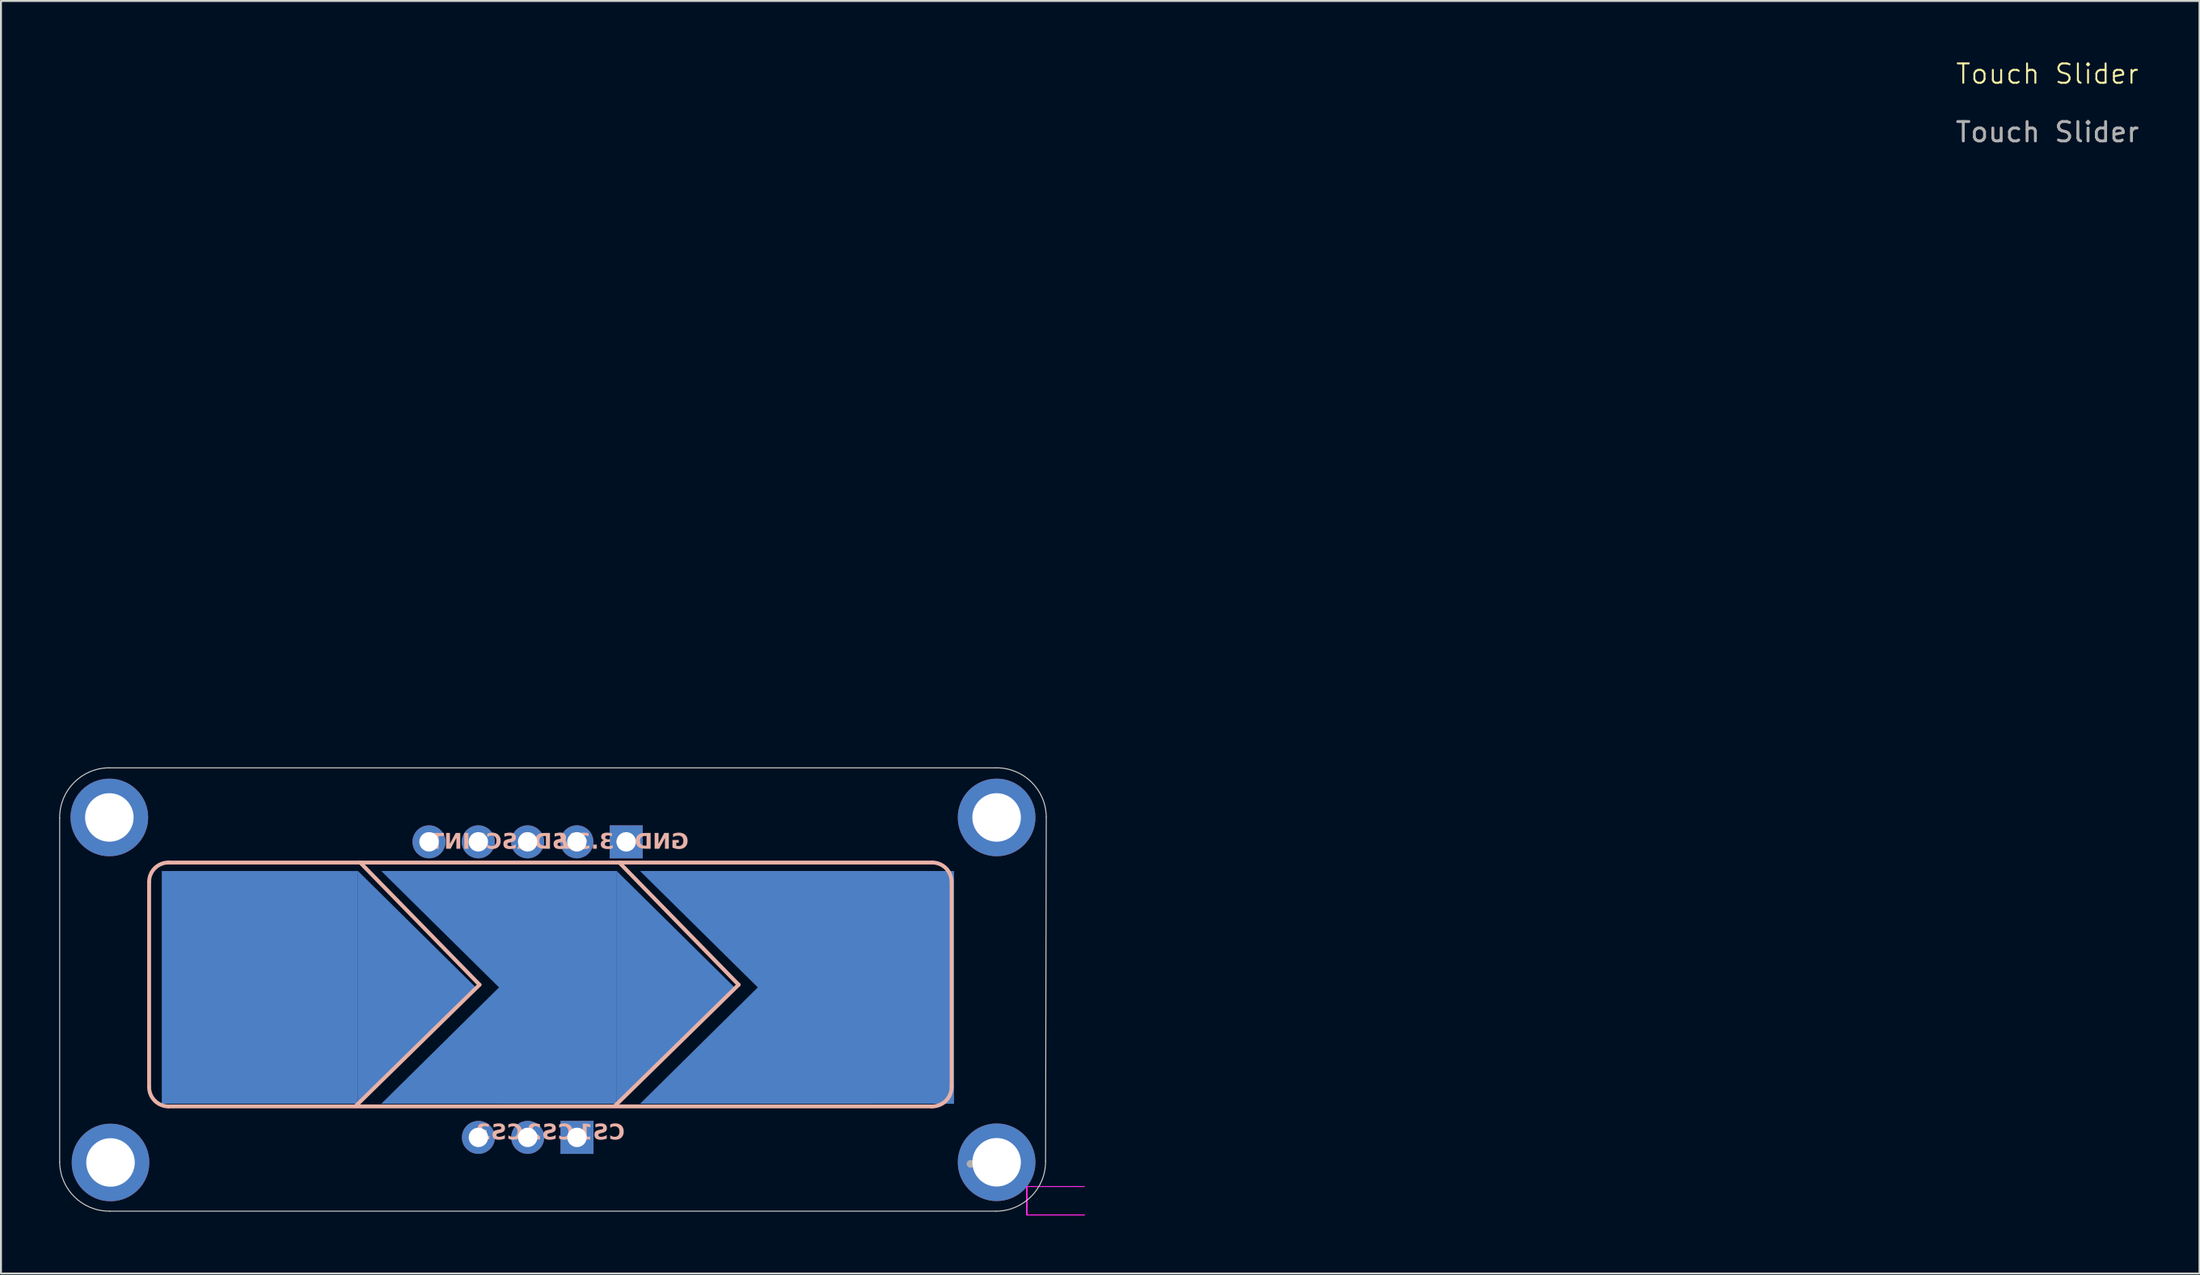
<source format=kicad_pcb>
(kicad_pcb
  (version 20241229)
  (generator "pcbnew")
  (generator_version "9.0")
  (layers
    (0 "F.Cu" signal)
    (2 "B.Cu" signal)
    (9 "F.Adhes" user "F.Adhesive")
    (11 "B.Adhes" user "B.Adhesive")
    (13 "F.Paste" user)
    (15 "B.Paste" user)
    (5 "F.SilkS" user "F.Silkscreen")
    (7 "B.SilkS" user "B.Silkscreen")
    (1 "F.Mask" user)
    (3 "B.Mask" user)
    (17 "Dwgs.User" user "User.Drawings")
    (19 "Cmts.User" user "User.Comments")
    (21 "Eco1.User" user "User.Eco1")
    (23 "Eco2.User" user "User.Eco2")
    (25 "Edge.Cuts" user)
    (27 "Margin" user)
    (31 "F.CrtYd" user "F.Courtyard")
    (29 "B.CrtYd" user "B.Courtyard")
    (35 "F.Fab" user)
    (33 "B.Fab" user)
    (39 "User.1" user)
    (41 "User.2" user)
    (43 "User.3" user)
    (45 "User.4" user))
  (footprint "Touch Slider"
    (layer "F.Cu")
    (at 25.946 48.861)
    (property "Reference" "Touch Slider" (at 76.5 -48.1 0) (unlocked yes) (layer "F.SilkS") (effects (font (size 1 1) (thickness 0.1))))
    (attr smd)
    (fp_poly (pts (xy 22.424 10.716) (xy 22.423 10.716) (xy 22.423 10.715) (xy 22.424 10.715)) (stroke (width 0) (type solid)) (fill yes) (layer "F.SilkS"))
    (fp_poly (pts (xy 24.438 9.947) (xy 24.427 9.958) (xy 24.417 9.947) (xy 24.427 9.937)) (stroke (width 0) (type solid)) (fill yes) (layer "F.SilkS"))
    (fp_line (start -21.312 4.138) (end -21.312 -6.437) (stroke (width 0.2) (type default)) (layer "B.SilkS"))
    (fp_line (start -20.312 -7.437) (end 19.038 -7.437) (stroke (width 0.2) (type default)) (layer "B.SilkS"))
    (fp_line (start -10.437 -7.437) (end -4.287 -1.137) (stroke (width 0.2) (type default)) (layer "B.SilkS"))
    (fp_line (start -4.287 -1.137) (end -10.662 5.113) (stroke (width 0.2) (type default)) (layer "B.SilkS"))
    (fp_line (start 2.913 -7.437) (end 9.063 -1.137) (stroke (width 0.2) (type default)) (layer "B.SilkS"))
    (fp_line (start 9.063 -1.137) (end 2.688 5.113) (stroke (width 0.2) (type default)) (layer "B.SilkS"))
    (fp_line (start 19.038 5.138) (end -20.312 5.138) (stroke (width 0.2) (type default)) (layer "B.SilkS"))
    (fp_line (start 20.038 -6.437) (end 20.038 4.138) (stroke (width 0.2) (type default)) (layer "B.SilkS"))
    (fp_arc (start -21.312418 -6.437418) (mid -21.019515 -7.144508) (end -20.312418 -7.437418) (stroke (width 0.2) (type default)) (layer "B.SilkS"))
    (fp_arc (start -20.312418 5.137582) (mid -21.019525 4.844689) (end -21.312418 4.137582) (stroke (width 0.2) (type default)) (layer "B.SilkS"))
    (fp_arc (start 19.037582 -7.437418) (mid 19.744689 -7.144525) (end 20.037582 -6.437418) (stroke (width 0.2) (type default)) (layer "B.SilkS"))
    (fp_arc (start 20.037582 4.137582) (mid 19.744699 4.844706) (end 19.037582 5.137582) (stroke (width 0.2) (type default)) (layer "B.SilkS"))
    (fp_line (start -25.921 7.999) (end -25.921 -9.744) (stroke (width 0.05) (type default)) (layer "Edge.Cuts"))
    (fp_line (start -23.381 -12.32) (end 22.339 -12.32) (stroke (width 0.05) (type default)) (layer "Edge.Cuts"))
    (fp_line (start 22.339 10.54) (end -23.345 10.539) (stroke (width 0.05) (type default)) (layer "Edge.Cuts"))
    (fp_line (start 24.915 -9.781) (end 24.879 7.963) (stroke (width 0.05) (type default)) (layer "Edge.Cuts"))
    (fp_arc (start -25.920501 -9.744406) (mid -25.184108 -11.558402) (end -23.38076 -12.320499) (stroke (width 0.05) (type default)) (layer "Edge.Cuts"))
    (fp_arc (start -23.344667 10.53924) (mid -25.158668 9.802852) (end -25.92076 7.999499) (stroke (width 0.05) (type default)) (layer "Edge.Cuts"))
    (fp_arc (start 22.339231 -12.320498) (mid 24.153255 -11.584134) (end 24.915324 -9.780757) (stroke (width 0.05) (type default)) (layer "Edge.Cuts"))
    (fp_arc (start 24.878972 7.963407) (mid 24.142592 9.777416) (end 22.339231 10.5395) (stroke (width 0.05) (type default)) (layer "Edge.Cuts"))
    (fp_line (start 23.92 9.27) (end 26.88 9.27) (stroke (width 0.05) (type solid)) (layer "F.CrtYd"))
    (fp_line (start 23.92 10.73) (end 23.92 9.27) (stroke (width 0.05) (type solid)) (layer "F.CrtYd"))
    (fp_line (start 23.92 10.73) (end 23.92 9.27) (stroke (width 0.05) (type solid)) (layer "F.CrtYd"))
    (fp_line (start 23.92 10.73) (end 23.92 9.27) (stroke (width 0.05) (type solid)) (layer "F.CrtYd"))
    (fp_line (start 23.92 10.73) (end 23.92 9.27) (stroke (width 0.05) (type solid)) (layer "F.CrtYd"))
    (fp_line (start 23.92 10.73) (end 23.92 9.27) (stroke (width 0.05) (type solid)) (layer "F.CrtYd"))
    (fp_line (start 23.92 10.73) (end 23.92 9.27) (stroke (width 0.05) (type solid)) (layer "F.CrtYd"))
    (fp_line (start 26.88 10.73) (end 23.92 10.73) (stroke (width 0.05) (type solid)) (layer "F.CrtYd"))
    (fp_line (start 26.88 10.73) (end 23.92 10.73) (stroke (width 0.05) (type solid)) (layer "F.CrtYd"))
    (fp_circle (center 21.01 8.1) (end 21.11 8.1) (stroke (width 0.2) (type solid)) (fill no) (layer "F.Fab"))
    (fp_text user "GND\n" (at 6.489 -8.012 0) (unlocked yes) (layer "B.SilkS") (effects (font (face "Lexend") (size 0.8 0.8) (thickness 0.16) (bold yes)) (justify left bottom mirror)))
    (fp_text user "CS2" (at 0.565 6.978 0) (unlocked yes) (layer "B.SilkS") (effects (font (face "Lexend") (size 0.8 0.8) (thickness 0.16) (bold yes)) (justify left bottom mirror)))
    (fp_text user "+3.3V" (at 3.588 -8.012 0) (unlocked yes) (layer "B.SilkS") (effects (font (face "Lexend") (size 0.8 0.8) (thickness 0.16) (bold yes)) (justify left bottom mirror)))
    (fp_text user "CS1\n" (at 3.198 6.978 0) (unlocked yes) (layer "B.SilkS") (effects (font (face "Lexend") (size 0.8 0.8) (thickness 0.16) (bold yes)) (justify left bottom mirror)))
    (fp_text user "SCL\n" (at -2.334 -8.012 0) (unlocked yes) (layer "B.SilkS") (effects (font (face "Lexend") (size 0.8 0.8) (thickness 0.16) (bold yes)) (justify left bottom mirror)))
    (fp_text user "INT" (at -4.761 -8.012 0) (unlocked yes) (layer "B.SilkS") (effects (font (face "Lexend") (size 0.8 0.8) (thickness 0.16) (bold yes)) (justify left bottom mirror)))
    (fp_text user "SDA" (at 0.252 -8.012 0) (unlocked yes) (layer "B.SilkS") (effects (font (face "Lexend") (size 0.8 0.8) (thickness 0.16) (bold yes)) (justify left bottom mirror)))
    (fp_text user "CS3" (at -2.052 6.978 0) (unlocked yes) (layer "B.SilkS") (effects (font (face "Lexend") (size 0.8 0.8) (thickness 0.16) (bold yes)) (justify left bottom mirror)))
    (fp_text user "${REFERENCE}" (at 76.5 -45.1 0) (unlocked yes) (layer "F.Fab") (effects (font (size 1 1) (thickness 0.15))))
    (pad "1" thru_hole circle (at -23.362 -9.762) (size 4 4) (drill 2.5) (layers "*.Cu" "*.Mask"))
    (pad "1" thru_hole circle (at -23.302 8.028) (size 4 4) (drill 2.5) (layers "*.Cu" "*.Mask"))
    (pad "1" thru_hole rect (at 0.735 6.735 270) (size 1.7 1.7) (drill 1) (layers "*.Cu" "*.Mask"))
    (pad "1" thru_hole rect (at 3.27 -8.505 270) (size 1.7 1.7) (drill 1) (layers "*.Cu" "*.Mask"))
    (pad "1" smd trapezoid (at 10.052 -3.999 180) (size 6.067 6) (rect_delta 0 6.067) (layers "B.Cu"))
    (pad "1" smd trapezoid (at 10.052 2.001 180) (size 6.067 6) (rect_delta 0 -6.067) (layers "B.Cu"))
    (pad "1" smd rect (at 15.107 -0.999 180) (size 10.111 12) (layers "B.Cu"))
    (pad "1" thru_hole circle (at 22.357 -9.762) (size 4 4) (drill 2.5) (layers "*.Cu" "*.Mask"))
    (pad "1" thru_hole circle (at 22.357 8.018) (size 4 4) (drill 2.5) (layers "*.Cu" "*.Mask"))
    (pad "2" smd trapezoid (at -3.282 -3.999 180) (size 6.067 6) (rect_delta 0 6.067) (layers "B.Cu"))
    (pad "2" smd trapezoid (at -3.282 2.001 180) (size 6.067 6) (rect_delta 0 -6.067) (layers "B.Cu"))
    (pad "2" thru_hole oval (at -1.805 6.735 270) (size 1.7 1.7) (drill 1) (layers "*.Cu" "*.Mask"))
    (pad "2" smd rect (at -0.248 -0.999 180) (size 6.067 12) (layers "B.Cu"))
    (pad "2" thru_hole oval (at 0.73 -8.505 270) (size 1.7 1.7) (drill 1) (layers "*.Cu" "*.Mask"))
    (pad "2" smd trapezoid (at 5.818 -0.999 180) (size 6.067 6) (rect_delta -6 0) (layers "B.Cu"))
    (pad "3" smd rect (at -15.604 -0.999 180) (size 10.111 12) (layers "B.Cu"))
    (pad "3" smd trapezoid (at -7.515 -0.999 180) (size 6.067 6) (rect_delta -6 0) (layers "B.Cu"))
    (pad "3" thru_hole oval (at -4.345 6.735 270) (size 1.7 1.7) (drill 1) (layers "*.Cu" "*.Mask"))
    (pad "3" thru_hole oval (at -1.81 -8.505 270) (size 1.7 1.7) (drill 1) (layers "*.Cu" "*.Mask"))
    (pad "4" thru_hole oval (at -4.35 -8.505 270) (size 1.7 1.7) (drill 1) (layers "*.Cu" "*.Mask"))
    (pad "5" thru_hole oval (at -6.89 -8.505 270) (size 1.7 1.7) (drill 1) (layers "*.Cu" "*.Mask")))
  (gr_rect
    (start -3 -3)
    (end 110.285 62.615)
    (stroke (width 0.1) (type default))
    (fill no)
    (layer "Edge.Cuts")))
</source>
